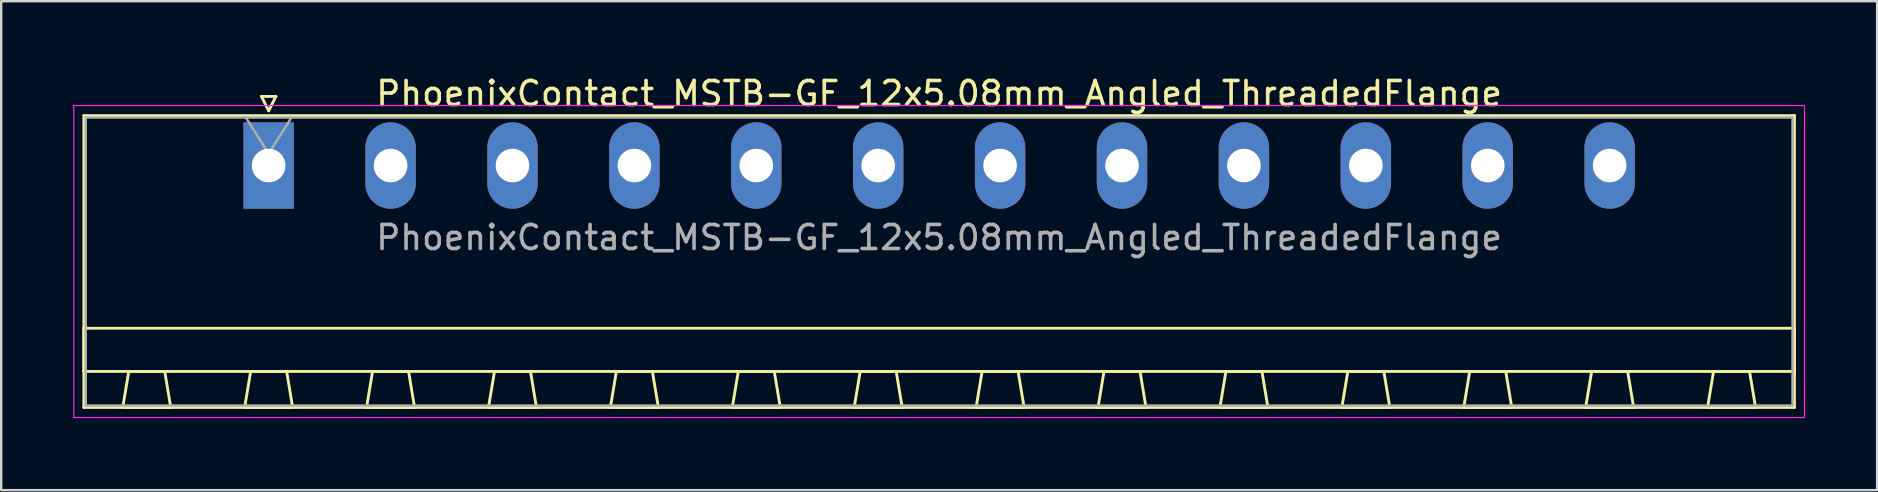
<source format=kicad_pcb>
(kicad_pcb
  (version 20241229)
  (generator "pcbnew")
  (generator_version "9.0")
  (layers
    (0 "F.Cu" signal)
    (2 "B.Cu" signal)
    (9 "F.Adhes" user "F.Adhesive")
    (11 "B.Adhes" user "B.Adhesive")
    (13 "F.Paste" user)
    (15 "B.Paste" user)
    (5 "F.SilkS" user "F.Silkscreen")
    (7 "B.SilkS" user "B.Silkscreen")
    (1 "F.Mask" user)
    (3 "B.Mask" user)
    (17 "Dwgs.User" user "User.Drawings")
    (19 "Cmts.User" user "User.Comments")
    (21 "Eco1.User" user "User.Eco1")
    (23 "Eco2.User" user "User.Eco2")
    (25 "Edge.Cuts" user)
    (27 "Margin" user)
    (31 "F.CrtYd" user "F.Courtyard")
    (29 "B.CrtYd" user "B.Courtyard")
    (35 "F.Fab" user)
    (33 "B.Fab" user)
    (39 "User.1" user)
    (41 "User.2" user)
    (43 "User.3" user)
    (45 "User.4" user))
  (footprint "PhoenixContact_MSTB-GF_12x5.08mm_Angled_ThreadedFlange"
    (layer "F.Cu")
    (at 8.145 3.848)
    (property "Reference" "PhoenixContact_MSTB-GF_12x5.08mm_Angled_ThreadedFlange" (at 27.94 -3 0) (layer "F.SilkS") (effects (font (size 1 1) (thickness 0.15))))
    (attr through_hole)
    (fp_line (start -7.7 -2.08) (end -7.7 10.08) (stroke (width 0.12) (type solid)) (layer "F.SilkS"))
    (fp_line (start -7.7 6.78) (end 63.58 6.78) (stroke (width 0.12) (type solid)) (layer "F.SilkS"))
    (fp_line (start -7.7 8.58) (end -7.7 6.78) (stroke (width 0.12) (type solid)) (layer "F.SilkS"))
    (fp_line (start -7.7 10.08) (end 63.58 10.08) (stroke (width 0.12) (type solid)) (layer "F.SilkS"))
    (fp_line (start -6.08 10.08) (end -4.08 10.08) (stroke (width 0.12) (type solid)) (layer "F.SilkS"))
    (fp_line (start -5.83 8.58) (end -6.08 10.08) (stroke (width 0.12) (type solid)) (layer "F.SilkS"))
    (fp_line (start -4.33 8.58) (end -5.83 8.58) (stroke (width 0.12) (type solid)) (layer "F.SilkS"))
    (fp_line (start -4.08 10.08) (end -4.33 8.58) (stroke (width 0.12) (type solid)) (layer "F.SilkS"))
    (fp_line (start -1 10.08) (end 1 10.08) (stroke (width 0.12) (type solid)) (layer "F.SilkS"))
    (fp_line (start -0.75 8.58) (end -1 10.08) (stroke (width 0.12) (type solid)) (layer "F.SilkS"))
    (fp_line (start -0.3 -2.88) (end 0.3 -2.88) (stroke (width 0.12) (type solid)) (layer "F.SilkS"))
    (fp_line (start 0 -2.28) (end -0.3 -2.88) (stroke (width 0.12) (type solid)) (layer "F.SilkS"))
    (fp_line (start 0.3 -2.88) (end 0 -2.28) (stroke (width 0.12) (type solid)) (layer "F.SilkS"))
    (fp_line (start 0.75 8.58) (end -0.75 8.58) (stroke (width 0.12) (type solid)) (layer "F.SilkS"))
    (fp_line (start 1 10.08) (end 0.75 8.58) (stroke (width 0.12) (type solid)) (layer "F.SilkS"))
    (fp_line (start 4.08 10.08) (end 6.08 10.08) (stroke (width 0.12) (type solid)) (layer "F.SilkS"))
    (fp_line (start 4.33 8.58) (end 4.08 10.08) (stroke (width 0.12) (type solid)) (layer "F.SilkS"))
    (fp_line (start 5.83 8.58) (end 4.33 8.58) (stroke (width 0.12) (type solid)) (layer "F.SilkS"))
    (fp_line (start 6.08 10.08) (end 5.83 8.58) (stroke (width 0.12) (type solid)) (layer "F.SilkS"))
    (fp_line (start 9.16 10.08) (end 11.16 10.08) (stroke (width 0.12) (type solid)) (layer "F.SilkS"))
    (fp_line (start 9.41 8.58) (end 9.16 10.08) (stroke (width 0.12) (type solid)) (layer "F.SilkS"))
    (fp_line (start 10.91 8.58) (end 9.41 8.58) (stroke (width 0.12) (type solid)) (layer "F.SilkS"))
    (fp_line (start 11.16 10.08) (end 10.91 8.58) (stroke (width 0.12) (type solid)) (layer "F.SilkS"))
    (fp_line (start 14.24 10.08) (end 16.24 10.08) (stroke (width 0.12) (type solid)) (layer "F.SilkS"))
    (fp_line (start 14.49 8.58) (end 14.24 10.08) (stroke (width 0.12) (type solid)) (layer "F.SilkS"))
    (fp_line (start 15.99 8.58) (end 14.49 8.58) (stroke (width 0.12) (type solid)) (layer "F.SilkS"))
    (fp_line (start 16.24 10.08) (end 15.99 8.58) (stroke (width 0.12) (type solid)) (layer "F.SilkS"))
    (fp_line (start 19.32 10.08) (end 21.32 10.08) (stroke (width 0.12) (type solid)) (layer "F.SilkS"))
    (fp_line (start 19.57 8.58) (end 19.32 10.08) (stroke (width 0.12) (type solid)) (layer "F.SilkS"))
    (fp_line (start 21.07 8.58) (end 19.57 8.58) (stroke (width 0.12) (type solid)) (layer "F.SilkS"))
    (fp_line (start 21.32 10.08) (end 21.07 8.58) (stroke (width 0.12) (type solid)) (layer "F.SilkS"))
    (fp_line (start 24.4 10.08) (end 26.4 10.08) (stroke (width 0.12) (type solid)) (layer "F.SilkS"))
    (fp_line (start 24.65 8.58) (end 24.4 10.08) (stroke (width 0.12) (type solid)) (layer "F.SilkS"))
    (fp_line (start 26.15 8.58) (end 24.65 8.58) (stroke (width 0.12) (type solid)) (layer "F.SilkS"))
    (fp_line (start 26.4 10.08) (end 26.15 8.58) (stroke (width 0.12) (type solid)) (layer "F.SilkS"))
    (fp_line (start 29.48 10.08) (end 31.48 10.08) (stroke (width 0.12) (type solid)) (layer "F.SilkS"))
    (fp_line (start 29.73 8.58) (end 29.48 10.08) (stroke (width 0.12) (type solid)) (layer "F.SilkS"))
    (fp_line (start 31.23 8.58) (end 29.73 8.58) (stroke (width 0.12) (type solid)) (layer "F.SilkS"))
    (fp_line (start 31.48 10.08) (end 31.23 8.58) (stroke (width 0.12) (type solid)) (layer "F.SilkS"))
    (fp_line (start 34.56 10.08) (end 36.56 10.08) (stroke (width 0.12) (type solid)) (layer "F.SilkS"))
    (fp_line (start 34.81 8.58) (end 34.56 10.08) (stroke (width 0.12) (type solid)) (layer "F.SilkS"))
    (fp_line (start 36.31 8.58) (end 34.81 8.58) (stroke (width 0.12) (type solid)) (layer "F.SilkS"))
    (fp_line (start 36.56 10.08) (end 36.31 8.58) (stroke (width 0.12) (type solid)) (layer "F.SilkS"))
    (fp_line (start 39.64 10.08) (end 41.64 10.08) (stroke (width 0.12) (type solid)) (layer "F.SilkS"))
    (fp_line (start 39.89 8.58) (end 39.64 10.08) (stroke (width 0.12) (type solid)) (layer "F.SilkS"))
    (fp_line (start 41.39 8.58) (end 39.89 8.58) (stroke (width 0.12) (type solid)) (layer "F.SilkS"))
    (fp_line (start 41.64 10.08) (end 41.39 8.58) (stroke (width 0.12) (type solid)) (layer "F.SilkS"))
    (fp_line (start 44.72 10.08) (end 46.72 10.08) (stroke (width 0.12) (type solid)) (layer "F.SilkS"))
    (fp_line (start 44.97 8.58) (end 44.72 10.08) (stroke (width 0.12) (type solid)) (layer "F.SilkS"))
    (fp_line (start 46.47 8.58) (end 44.97 8.58) (stroke (width 0.12) (type solid)) (layer "F.SilkS"))
    (fp_line (start 46.72 10.08) (end 46.47 8.58) (stroke (width 0.12) (type solid)) (layer "F.SilkS"))
    (fp_line (start 49.8 10.08) (end 51.8 10.08) (stroke (width 0.12) (type solid)) (layer "F.SilkS"))
    (fp_line (start 50.05 8.58) (end 49.8 10.08) (stroke (width 0.12) (type solid)) (layer "F.SilkS"))
    (fp_line (start 51.55 8.58) (end 50.05 8.58) (stroke (width 0.12) (type solid)) (layer "F.SilkS"))
    (fp_line (start 51.8 10.08) (end 51.55 8.58) (stroke (width 0.12) (type solid)) (layer "F.SilkS"))
    (fp_line (start 54.88 10.08) (end 56.88 10.08) (stroke (width 0.12) (type solid)) (layer "F.SilkS"))
    (fp_line (start 55.13 8.58) (end 54.88 10.08) (stroke (width 0.12) (type solid)) (layer "F.SilkS"))
    (fp_line (start 56.63 8.58) (end 55.13 8.58) (stroke (width 0.12) (type solid)) (layer "F.SilkS"))
    (fp_line (start 56.88 10.08) (end 56.63 8.58) (stroke (width 0.12) (type solid)) (layer "F.SilkS"))
    (fp_line (start 59.96 10.08) (end 61.96 10.08) (stroke (width 0.12) (type solid)) (layer "F.SilkS"))
    (fp_line (start 60.21 8.58) (end 59.96 10.08) (stroke (width 0.12) (type solid)) (layer "F.SilkS"))
    (fp_line (start 61.71 8.58) (end 60.21 8.58) (stroke (width 0.12) (type solid)) (layer "F.SilkS"))
    (fp_line (start 61.96 10.08) (end 61.71 8.58) (stroke (width 0.12) (type solid)) (layer "F.SilkS"))
    (fp_line (start 63.58 -2.08) (end -7.7 -2.08) (stroke (width 0.12) (type solid)) (layer "F.SilkS"))
    (fp_line (start 63.58 6.78) (end 63.58 8.58) (stroke (width 0.12) (type solid)) (layer "F.SilkS"))
    (fp_line (start 63.58 8.58) (end -7.7 8.58) (stroke (width 0.12) (type solid)) (layer "F.SilkS"))
    (fp_line (start 63.58 10.08) (end 63.58 -2.08) (stroke (width 0.12) (type solid)) (layer "F.SilkS"))
    (fp_line (start -8.12 -2.5) (end -8.12 10.5) (stroke (width 0.05) (type solid)) (layer "F.CrtYd"))
    (fp_line (start -8.12 10.5) (end 64 10.5) (stroke (width 0.05) (type solid)) (layer "F.CrtYd"))
    (fp_line (start 64 -2.5) (end -8.12 -2.5) (stroke (width 0.05) (type solid)) (layer "F.CrtYd"))
    (fp_line (start 64 10.5) (end 64 -2.5) (stroke (width 0.05) (type solid)) (layer "F.CrtYd"))
    (fp_line (start -7.62 -2) (end -7.62 10) (stroke (width 0.1) (type solid)) (layer "F.Fab"))
    (fp_line (start -7.62 10) (end 63.5 10) (stroke (width 0.1) (type solid)) (layer "F.Fab"))
    (fp_line (start 0 -0.5) (end -0.95 -2) (stroke (width 0.1) (type solid)) (layer "F.Fab"))
    (fp_line (start 0.95 -2) (end 0 -0.5) (stroke (width 0.1) (type solid)) (layer "F.Fab"))
    (fp_line (start 63.5 -2) (end -7.62 -2) (stroke (width 0.1) (type solid)) (layer "F.Fab"))
    (fp_line (start 63.5 10) (end 63.5 -2) (stroke (width 0.1) (type solid)) (layer "F.Fab"))
    (fp_text user "${REFERENCE}" (at 27.94 3 0) (layer "F.Fab") (effects (font (size 1 1) (thickness 0.15))))
    (pad "1" thru_hole rect (at 0 0) (size 2.1 3.6) (drill 1.4) (layers "*.Cu" "*.Mask"))
    (pad "2" thru_hole oval (at 5.08 0) (size 2.1 3.6) (drill 1.4) (layers "*.Cu" "*.Mask"))
    (pad "3" thru_hole oval (at 10.16 0) (size 2.1 3.6) (drill 1.4) (layers "*.Cu" "*.Mask"))
    (pad "4" thru_hole oval (at 15.24 0) (size 2.1 3.6) (drill 1.4) (layers "*.Cu" "*.Mask"))
    (pad "5" thru_hole oval (at 20.32 0) (size 2.1 3.6) (drill 1.4) (layers "*.Cu" "*.Mask"))
    (pad "6" thru_hole oval (at 25.4 0) (size 2.1 3.6) (drill 1.4) (layers "*.Cu" "*.Mask"))
    (pad "7" thru_hole oval (at 30.48 0) (size 2.1 3.6) (drill 1.4) (layers "*.Cu" "*.Mask"))
    (pad "8" thru_hole oval (at 35.56 0) (size 2.1 3.6) (drill 1.4) (layers "*.Cu" "*.Mask"))
    (pad "9" thru_hole oval (at 40.64 0) (size 2.1 3.6) (drill 1.4) (layers "*.Cu" "*.Mask"))
    (pad "10" thru_hole oval (at 45.72 0) (size 2.1 3.6) (drill 1.4) (layers "*.Cu" "*.Mask"))
    (pad "11" thru_hole oval (at 50.8 0) (size 2.1 3.6) (drill 1.4) (layers "*.Cu" "*.Mask"))
    (pad "12" thru_hole oval (at 55.88 0) (size 2.1 3.6) (drill 1.4) (layers "*.Cu" "*.Mask")))
  (gr_rect
    (start -3 -3)
    (end 75.17 17.373)
    (stroke (width 0.1) (type default))
    (fill no)
    (layer "Edge.Cuts")))
</source>
